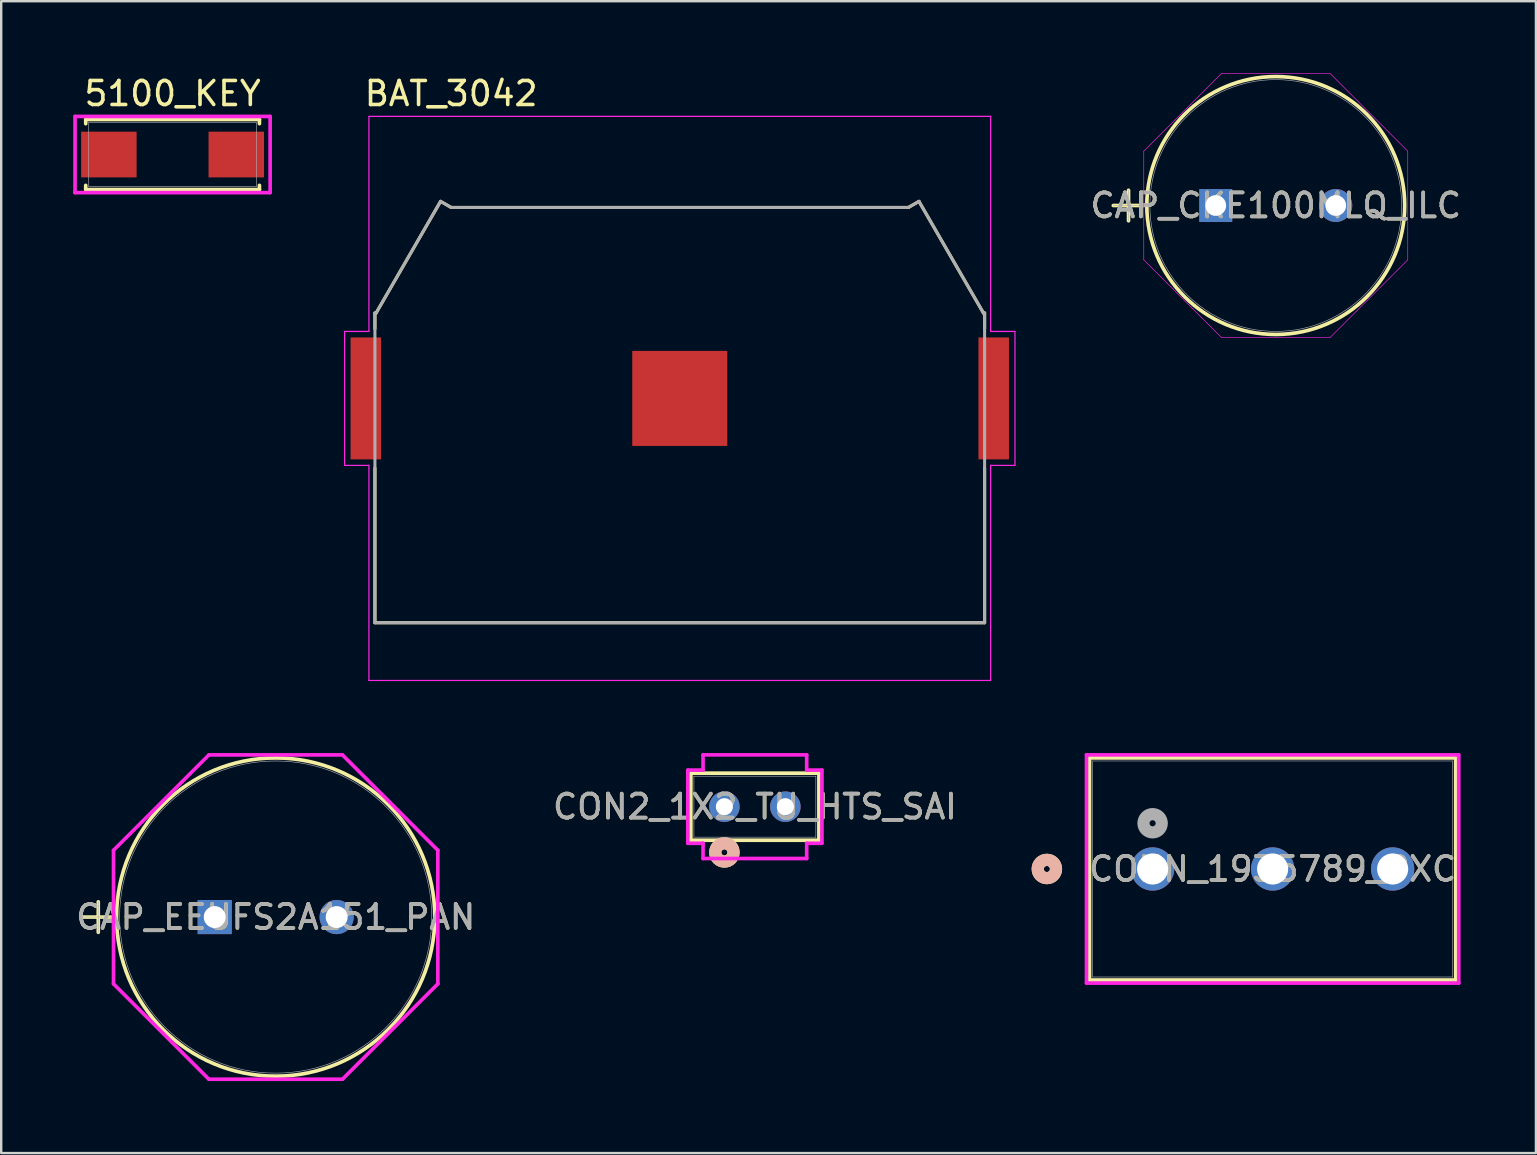
<source format=kicad_pcb>
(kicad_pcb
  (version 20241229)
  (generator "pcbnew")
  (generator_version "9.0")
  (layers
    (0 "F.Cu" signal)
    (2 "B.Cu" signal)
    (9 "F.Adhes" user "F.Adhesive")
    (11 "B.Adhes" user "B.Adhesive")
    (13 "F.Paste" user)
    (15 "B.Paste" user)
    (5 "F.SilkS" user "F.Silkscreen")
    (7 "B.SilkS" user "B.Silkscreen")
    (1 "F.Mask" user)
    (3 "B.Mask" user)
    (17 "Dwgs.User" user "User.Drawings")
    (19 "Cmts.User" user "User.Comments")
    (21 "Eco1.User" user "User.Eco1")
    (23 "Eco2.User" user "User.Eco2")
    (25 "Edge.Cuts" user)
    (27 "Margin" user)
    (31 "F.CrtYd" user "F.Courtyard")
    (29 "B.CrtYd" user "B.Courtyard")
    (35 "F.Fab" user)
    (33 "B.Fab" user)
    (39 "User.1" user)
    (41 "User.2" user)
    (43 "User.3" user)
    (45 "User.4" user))
  (footprint "BAT_3042"
    (layer "F.Cu")
    (at 25.27 13.548)
    (property "Reference" "BAT_3042" (at -9.525 -12.7 0) (layer "F.SilkS") (effects (font (size 1 1) (thickness 0.15))))
    (attr smd)
    (fp_line (start -12.7 -3.556) (end -12.7 -2.9) (stroke (width 0.127) (type solid)) (layer "F.SilkS"))
    (fp_line (start -12.7 -3.556) (end -12.652 -3.556) (stroke (width 0.127) (type solid)) (layer "F.SilkS"))
    (fp_line (start -12.7 2.9) (end -12.7 9.345) (stroke (width 0.127) (type solid)) (layer "F.SilkS"))
    (fp_line (start -12.7 9.345) (end 12.7 9.345) (stroke (width 0.127) (type solid)) (layer "F.SilkS"))
    (fp_line (start -9.965 -8.209) (end -12.652 -3.556) (stroke (width 0.127) (type solid)) (layer "F.SilkS"))
    (fp_line (start -9.965 -8.209) (end -9.525 -7.955) (stroke (width 0.127) (type solid)) (layer "F.SilkS"))
    (fp_line (start -9.525 -7.955) (end 9.525 -7.955) (stroke (width 0.127) (type solid)) (layer "F.SilkS"))
    (fp_line (start 9.525 -7.955) (end 9.965 -8.209) (stroke (width 0.127) (type solid)) (layer "F.SilkS"))
    (fp_line (start 9.965 -8.209) (end 12.652 -3.556) (stroke (width 0.127) (type solid)) (layer "F.SilkS"))
    (fp_line (start 12.652 -3.556) (end 12.7 -3.556) (stroke (width 0.127) (type solid)) (layer "F.SilkS"))
    (fp_line (start 12.7 -2.9) (end 12.7 -3.556) (stroke (width 0.127) (type solid)) (layer "F.SilkS"))
    (fp_line (start 12.7 9.345) (end 12.7 2.9) (stroke (width 0.127) (type solid)) (layer "F.SilkS"))
    (fp_line (start -13.965 -2.79) (end -13.965 2.79) (stroke (width 0.05) (type solid)) (layer "F.CrtYd"))
    (fp_line (start -13.965 2.79) (end -12.95 2.79) (stroke (width 0.05) (type solid)) (layer "F.CrtYd"))
    (fp_line (start -12.95 -11.75) (end -12.95 -2.79) (stroke (width 0.05) (type solid)) (layer "F.CrtYd"))
    (fp_line (start -12.95 -2.79) (end -13.965 -2.79) (stroke (width 0.05) (type solid)) (layer "F.CrtYd"))
    (fp_line (start -12.95 2.79) (end -12.95 11.75) (stroke (width 0.05) (type solid)) (layer "F.CrtYd"))
    (fp_line (start -12.95 11.75) (end 12.95 11.75) (stroke (width 0.05) (type solid)) (layer "F.CrtYd"))
    (fp_line (start 12.95 -11.75) (end -12.95 -11.75) (stroke (width 0.05) (type solid)) (layer "F.CrtYd"))
    (fp_line (start 12.95 -2.79) (end 12.95 -11.75) (stroke (width 0.05) (type solid)) (layer "F.CrtYd"))
    (fp_line (start 12.95 -2.79) (end 13.965 -2.79) (stroke (width 0.05) (type solid)) (layer "F.CrtYd"))
    (fp_line (start 12.95 11.75) (end 12.95 2.79) (stroke (width 0.05) (type solid)) (layer "F.CrtYd"))
    (fp_line (start 13.965 -2.79) (end 13.965 2.79) (stroke (width 0.05) (type solid)) (layer "F.CrtYd"))
    (fp_line (start 13.965 2.79) (end 12.95 2.79) (stroke (width 0.05) (type solid)) (layer "F.CrtYd"))
    (fp_line (start -12.7 -3.556) (end -12.7 9.345) (stroke (width 0.127) (type solid)) (layer "F.Fab"))
    (fp_line (start -12.7 -3.556) (end -12.652 -3.556) (stroke (width 0.127) (type solid)) (layer "F.Fab"))
    (fp_line (start -12.7 9.345) (end 12.7 9.345) (stroke (width 0.127) (type solid)) (layer "F.Fab"))
    (fp_line (start -9.965 -8.209) (end -12.652 -3.556) (stroke (width 0.127) (type solid)) (layer "F.Fab"))
    (fp_line (start -9.965 -8.209) (end -9.525 -7.955) (stroke (width 0.127) (type solid)) (layer "F.Fab"))
    (fp_line (start -9.525 -7.955) (end 9.525 -7.955) (stroke (width 0.127) (type solid)) (layer "F.Fab"))
    (fp_line (start 9.525 -7.955) (end 9.965 -8.209) (stroke (width 0.127) (type solid)) (layer "F.Fab"))
    (fp_line (start 9.965 -8.209) (end 12.652 -3.556) (stroke (width 0.127) (type solid)) (layer "F.Fab"))
    (fp_line (start 12.652 -3.556) (end 12.7 -3.556) (stroke (width 0.127) (type solid)) (layer "F.Fab"))
    (fp_line (start 12.7 9.345) (end 12.7 -3.556) (stroke (width 0.127) (type solid)) (layer "F.Fab"))
    (pad "N" smd rect (at 0 0) (size 3.96 3.96) (layers "F.Cu" "F.Mask"))
    (pad "P1" smd rect (at -13.08 0) (size 1.27 5.08) (layers "F.Cu" "F.Mask" "F.Paste"))
    (pad "P2" smd rect (at 13.08 0) (size 1.27 5.08) (layers "F.Cu" "F.Mask" "F.Paste")))
  (footprint "5100_KEY"
    (layer "F.Cu")
    (at 4.14 3.388)
    (property "Reference" "5100_KEY" (at 0 -2.54 0) (unlocked yes) (layer "F.SilkS") (effects (font (size 1 1) (thickness 0.15))))
    (attr smd)
    (fp_line (start -3.619 -1.46) (end -3.619 -1.285) (stroke (width 0.152) (type solid)) (layer "F.SilkS"))
    (fp_line (start -3.619 1.285) (end -3.619 1.46) (stroke (width 0.152) (type solid)) (layer "F.SilkS"))
    (fp_line (start -3.619 1.46) (end 3.619 1.46) (stroke (width 0.152) (type solid)) (layer "F.SilkS"))
    (fp_line (start 3.619 -1.46) (end -3.619 -1.46) (stroke (width 0.152) (type solid)) (layer "F.SilkS"))
    (fp_line (start 3.619 -1.285) (end 3.619 -1.46) (stroke (width 0.152) (type solid)) (layer "F.SilkS"))
    (fp_line (start 3.619 1.46) (end 3.619 1.285) (stroke (width 0.152) (type solid)) (layer "F.SilkS"))
    (fp_line (start -4.064 -1.587) (end -4.064 1.587) (stroke (width 0.152) (type solid)) (layer "F.CrtYd"))
    (fp_line (start -4.064 1.587) (end 4.064 1.587) (stroke (width 0.152) (type solid)) (layer "F.CrtYd"))
    (fp_line (start 4.064 -1.587) (end -4.064 -1.587) (stroke (width 0.152) (type solid)) (layer "F.CrtYd"))
    (fp_line (start 4.064 1.587) (end 4.064 -1.587) (stroke (width 0.152) (type solid)) (layer "F.CrtYd"))
    (fp_line (start -3.493 -1.333) (end -3.493 1.333) (stroke (width 0.025) (type solid)) (layer "F.Fab"))
    (fp_line (start -3.493 1.333) (end 3.493 1.333) (stroke (width 0.025) (type solid)) (layer "F.Fab"))
    (fp_line (start 3.493 -1.333) (end -3.493 -1.333) (stroke (width 0.025) (type solid)) (layer "F.Fab"))
    (fp_line (start 3.493 1.333) (end 3.493 -1.333) (stroke (width 0.025) (type solid)) (layer "F.Fab"))
    (pad "1" smd rect (at -2.654 0) (size 2.311 1.905) (layers "F.Cu" "F.Mask" "F.Paste"))
    (pad "2" smd rect (at 2.654 0) (size 2.311 1.905) (layers "F.Cu" "F.Mask" "F.Paste")))
  (footprint "CAP_CKE100MLQ_ILC"
    (layer "F.Cu")
    (at 47.6 5.512)
    (property "Reference" "CAP_CKE100MLQ_ILC" (at 2.5 0 0) (unlocked yes) (layer "F.SilkS") (effects (font (size 1 1) (thickness 0.15))))
    (attr through_hole)
    (fp_line (start -4.269 0) (end -2.999 0) (stroke (width 0.152) (type solid)) (layer "F.SilkS"))
    (fp_line (start -3.634 -0.635) (end -3.634 0.635) (stroke (width 0.152) (type solid)) (layer "F.SilkS"))
    (fp_circle (center 2.5 0) (end 7.872 0) (stroke (width 0.152) (type solid)) (fill no) (layer "F.SilkS"))
    (fp_line (start -2.999 -2.264) (end 0.236 -5.499) (stroke (width 0.025) (type solid)) (layer "F.CrtYd"))
    (fp_line (start -2.999 2.264) (end -2.999 -2.264) (stroke (width 0.025) (type solid)) (layer "F.CrtYd"))
    (fp_line (start 0.236 -5.499) (end 4.764 -5.499) (stroke (width 0.025) (type solid)) (layer "F.CrtYd"))
    (fp_line (start 0.236 5.499) (end -2.999 2.264) (stroke (width 0.025) (type solid)) (layer "F.CrtYd"))
    (fp_line (start 4.764 -5.499) (end 7.999 -2.264) (stroke (width 0.025) (type solid)) (layer "F.CrtYd"))
    (fp_line (start 4.764 5.499) (end 0.236 5.499) (stroke (width 0.025) (type solid)) (layer "F.CrtYd"))
    (fp_line (start 7.999 -2.264) (end 7.999 2.264) (stroke (width 0.025) (type solid)) (layer "F.CrtYd"))
    (fp_line (start 7.999 2.264) (end 4.764 5.499) (stroke (width 0.025) (type solid)) (layer "F.CrtYd"))
    (fp_line (start -4.269 0) (end -2.999 0) (stroke (width 0.025) (type solid)) (layer "F.Fab"))
    (fp_line (start -3.634 -0.635) (end -3.634 0.635) (stroke (width 0.025) (type solid)) (layer "F.Fab"))
    (fp_circle (center 2.5 0) (end 7.745 0) (stroke (width 0.025) (type solid)) (fill no) (layer "F.Fab"))
    (fp_text user "${REFERENCE}" (at 2.5 0 0) (unlocked yes) (layer "F.Fab") (effects (font (size 1 1) (thickness 0.15))))
    (pad "1" thru_hole rect (at 0 0) (size 1.372 1.372) (drill 0.864) (layers "*.Cu" "*.Mask"))
    (pad "2" thru_hole circle (at 5 0) (size 1.372 1.372) (drill 0.864) (layers "*.Cu" "*.Mask")))
  (footprint "CON2_1X2_TU_HTS_SAI"
    (layer "F.Cu")
    (at 28.399 30.558)
    (property "Reference" "CON2_1X2_TU_HTS_SAI" (at 0 0 0) (unlocked yes) (layer "F.SilkS") (effects (font (size 1 1) (thickness 0.15))))
    (attr through_hole)
    (fp_line (start -2.667 -1.397) (end -2.667 1.397) (stroke (width 0.152) (type solid)) (layer "F.SilkS"))
    (fp_line (start -2.667 1.397) (end 2.667 1.397) (stroke (width 0.152) (type solid)) (layer "F.SilkS"))
    (fp_line (start 2.667 -1.397) (end -2.667 -1.397) (stroke (width 0.152) (type solid)) (layer "F.SilkS"))
    (fp_line (start 2.667 1.397) (end 2.667 -1.397) (stroke (width 0.152) (type solid)) (layer "F.SilkS"))
    (fp_circle (center -1.27 1.905) (end -0.889 1.905) (stroke (width 0.508) (type solid)) (fill no) (layer "F.SilkS"))
    (fp_circle (center -1.27 1.905) (end -0.889 1.905) (stroke (width 0.508) (type solid)) (fill no) (layer "B.SilkS"))
    (fp_line (start -2.794 -1.524) (end -2.794 1.524) (stroke (width 0.152) (type solid)) (layer "F.CrtYd"))
    (fp_line (start -2.794 1.524) (end -2.159 1.524) (stroke (width 0.152) (type solid)) (layer "F.CrtYd"))
    (fp_line (start -2.159 -2.159) (end -2.159 -1.524) (stroke (width 0.152) (type solid)) (layer "F.CrtYd"))
    (fp_line (start -2.159 -1.524) (end -2.794 -1.524) (stroke (width 0.152) (type solid)) (layer "F.CrtYd"))
    (fp_line (start -2.159 1.524) (end -2.159 2.159) (stroke (width 0.152) (type solid)) (layer "F.CrtYd"))
    (fp_line (start -2.159 2.159) (end 2.159 2.159) (stroke (width 0.152) (type solid)) (layer "F.CrtYd"))
    (fp_line (start 2.159 -2.159) (end -2.159 -2.159) (stroke (width 0.152) (type solid)) (layer "F.CrtYd"))
    (fp_line (start 2.159 -1.524) (end 2.159 -2.159) (stroke (width 0.152) (type solid)) (layer "F.CrtYd"))
    (fp_line (start 2.159 1.524) (end 2.794 1.524) (stroke (width 0.152) (type solid)) (layer "F.CrtYd"))
    (fp_line (start 2.159 2.159) (end 2.159 1.524) (stroke (width 0.152) (type solid)) (layer "F.CrtYd"))
    (fp_line (start 2.794 -1.524) (end 2.159 -1.524) (stroke (width 0.152) (type solid)) (layer "F.CrtYd"))
    (fp_line (start 2.794 1.524) (end 2.794 -1.524) (stroke (width 0.152) (type solid)) (layer "F.CrtYd"))
    (fp_line (start -2.54 -1.27) (end -2.54 1.27) (stroke (width 0.025) (type solid)) (layer "F.Fab"))
    (fp_line (start -2.54 1.27) (end 2.54 1.27) (stroke (width 0.025) (type solid)) (layer "F.Fab"))
    (fp_line (start 2.54 -1.27) (end -2.54 -1.27) (stroke (width 0.025) (type solid)) (layer "F.Fab"))
    (fp_line (start 2.54 1.27) (end 2.54 -1.27) (stroke (width 0.025) (type solid)) (layer "F.Fab"))
    (fp_circle (center -1.27 0) (end -1.016 0) (stroke (width 0.025) (type solid)) (fill no) (layer "F.Fab"))
    (fp_text user "${REFERENCE}" (at 0 0 0) (unlocked yes) (layer "F.Fab") (effects (font (size 1 1) (thickness 0.15))))
    (pad "1" thru_hole circle (at -1.27 0 90) (size 1.27 1.27) (drill 0.711) (layers "*.Cu" "*.Mask"))
    (pad "2" thru_hole circle (at 1.27 0 90) (size 1.27 1.27) (drill 0.711) (layers "*.Cu" "*.Mask")))
  (footprint "CONN_1935789_PXC"
    (layer "F.Cu")
    (at 44.969 33.153)
    (property "Reference" "CONN_1935789_PXC" (at 5 0 0) (unlocked yes) (layer "F.SilkS") (effects (font (size 1 1) (thickness 0.15))))
    (attr through_hole)
    (fp_line (start -2.627 -4.627) (end -2.627 4.627) (stroke (width 0.152) (type solid)) (layer "F.SilkS"))
    (fp_line (start -2.627 4.627) (end 12.627 4.627) (stroke (width 0.152) (type solid)) (layer "F.SilkS"))
    (fp_line (start 12.627 -4.627) (end -2.627 -4.627) (stroke (width 0.152) (type solid)) (layer "F.SilkS"))
    (fp_line (start 12.627 4.627) (end 12.627 -4.627) (stroke (width 0.152) (type solid)) (layer "F.SilkS"))
    (fp_circle (center -4.405 0) (end -4.024 0) (stroke (width 0.508) (type solid)) (fill no) (layer "F.SilkS"))
    (fp_circle (center -4.405 0) (end -4.024 0) (stroke (width 0.508) (type solid)) (fill no) (layer "B.SilkS"))
    (fp_line (start -2.754 -4.754) (end -2.754 4.754) (stroke (width 0.152) (type solid)) (layer "F.CrtYd"))
    (fp_line (start -2.754 4.754) (end 12.754 4.754) (stroke (width 0.152) (type solid)) (layer "F.CrtYd"))
    (fp_line (start 12.754 -4.754) (end -2.754 -4.754) (stroke (width 0.152) (type solid)) (layer "F.CrtYd"))
    (fp_line (start 12.754 4.754) (end 12.754 -4.754) (stroke (width 0.152) (type solid)) (layer "F.CrtYd"))
    (fp_line (start -2.5 -4.5) (end -2.5 4.5) (stroke (width 0.025) (type solid)) (layer "F.Fab"))
    (fp_line (start -2.5 4.5) (end 12.5 4.5) (stroke (width 0.025) (type solid)) (layer "F.Fab"))
    (fp_line (start 12.5 -4.5) (end -2.5 -4.5) (stroke (width 0.025) (type solid)) (layer "F.Fab"))
    (fp_line (start 12.5 4.5) (end 12.5 -4.5) (stroke (width 0.025) (type solid)) (layer "F.Fab"))
    (fp_circle (center 0 -1.905) (end 0.381 -1.905) (stroke (width 0.508) (type solid)) (fill no) (layer "F.Fab"))
    (fp_text user "${REFERENCE}" (at 5 0 0) (unlocked yes) (layer "F.Fab") (effects (font (size 1 1) (thickness 0.15))))
    (pad "1" thru_hole circle (at 0 0) (size 1.803 1.803) (drill 1.295) (layers "*.Cu" "*.Mask"))
    (pad "2" thru_hole circle (at 5 0) (size 1.803 1.803) (drill 1.295) (layers "*.Cu" "*.Mask"))
    (pad "3" thru_hole circle (at 10 0) (size 1.803 1.803) (drill 1.295) (layers "*.Cu" "*.Mask")))
  (footprint "CAP_EEUFS2A151_PAN"
    (layer "F.Cu")
    (at 5.895 35.156)
    (property "Reference" "CAP_EEUFS2A151_PAN" (at 2.54 0 0) (unlocked yes) (layer "F.SilkS") (effects (font (size 1 1) (thickness 0.15))))
    (attr through_hole)
    (fp_line (start -5.486 0) (end -4.216 0) (stroke (width 0.152) (type solid)) (layer "F.SilkS"))
    (fp_line (start -4.851 -0.635) (end -4.851 0.635) (stroke (width 0.152) (type solid)) (layer "F.SilkS"))
    (fp_circle (center 2.54 0) (end 9.169 0) (stroke (width 0.152) (type solid)) (fill no) (layer "F.SilkS"))
    (fp_line (start -4.216 -2.782) (end -0.242 -6.756) (stroke (width 0.152) (type solid)) (layer "F.CrtYd"))
    (fp_line (start -4.216 2.782) (end -4.216 -2.782) (stroke (width 0.152) (type solid)) (layer "F.CrtYd"))
    (fp_line (start -0.242 -6.756) (end 5.322 -6.756) (stroke (width 0.152) (type solid)) (layer "F.CrtYd"))
    (fp_line (start -0.242 6.756) (end -4.216 2.782) (stroke (width 0.152) (type solid)) (layer "F.CrtYd"))
    (fp_line (start 5.322 -6.756) (end 9.296 -2.782) (stroke (width 0.152) (type solid)) (layer "F.CrtYd"))
    (fp_line (start 5.322 6.756) (end -0.242 6.756) (stroke (width 0.152) (type solid)) (layer "F.CrtYd"))
    (fp_line (start 9.296 -2.782) (end 9.296 2.782) (stroke (width 0.152) (type solid)) (layer "F.CrtYd"))
    (fp_line (start 9.296 2.782) (end 5.322 6.756) (stroke (width 0.152) (type solid)) (layer "F.CrtYd"))
    (fp_line (start -5.486 0) (end -4.216 0) (stroke (width 0.025) (type solid)) (layer "F.Fab"))
    (fp_line (start -4.851 -0.635) (end -4.851 0.635) (stroke (width 0.025) (type solid)) (layer "F.Fab"))
    (fp_circle (center 2.54 0) (end 9.042 0) (stroke (width 0.025) (type solid)) (fill no) (layer "F.Fab"))
    (fp_text user "${REFERENCE}" (at 2.54 0 0) (unlocked yes) (layer "F.Fab") (effects (font (size 1 1) (thickness 0.15))))
    (pad "1" thru_hole rect (at 0 0) (size 1.422 1.422) (drill 0.914) (layers "*.Cu" "*.Mask"))
    (pad "2" thru_hole circle (at 5.08 0) (size 1.422 1.422) (drill 0.914) (layers "*.Cu" "*.Mask")))
  (gr_rect
    (start -3 -3)
    (end 60.939 44.988)
    (stroke (width 0.1) (type default))
    (fill no)
    (layer "Edge.Cuts")))
</source>
